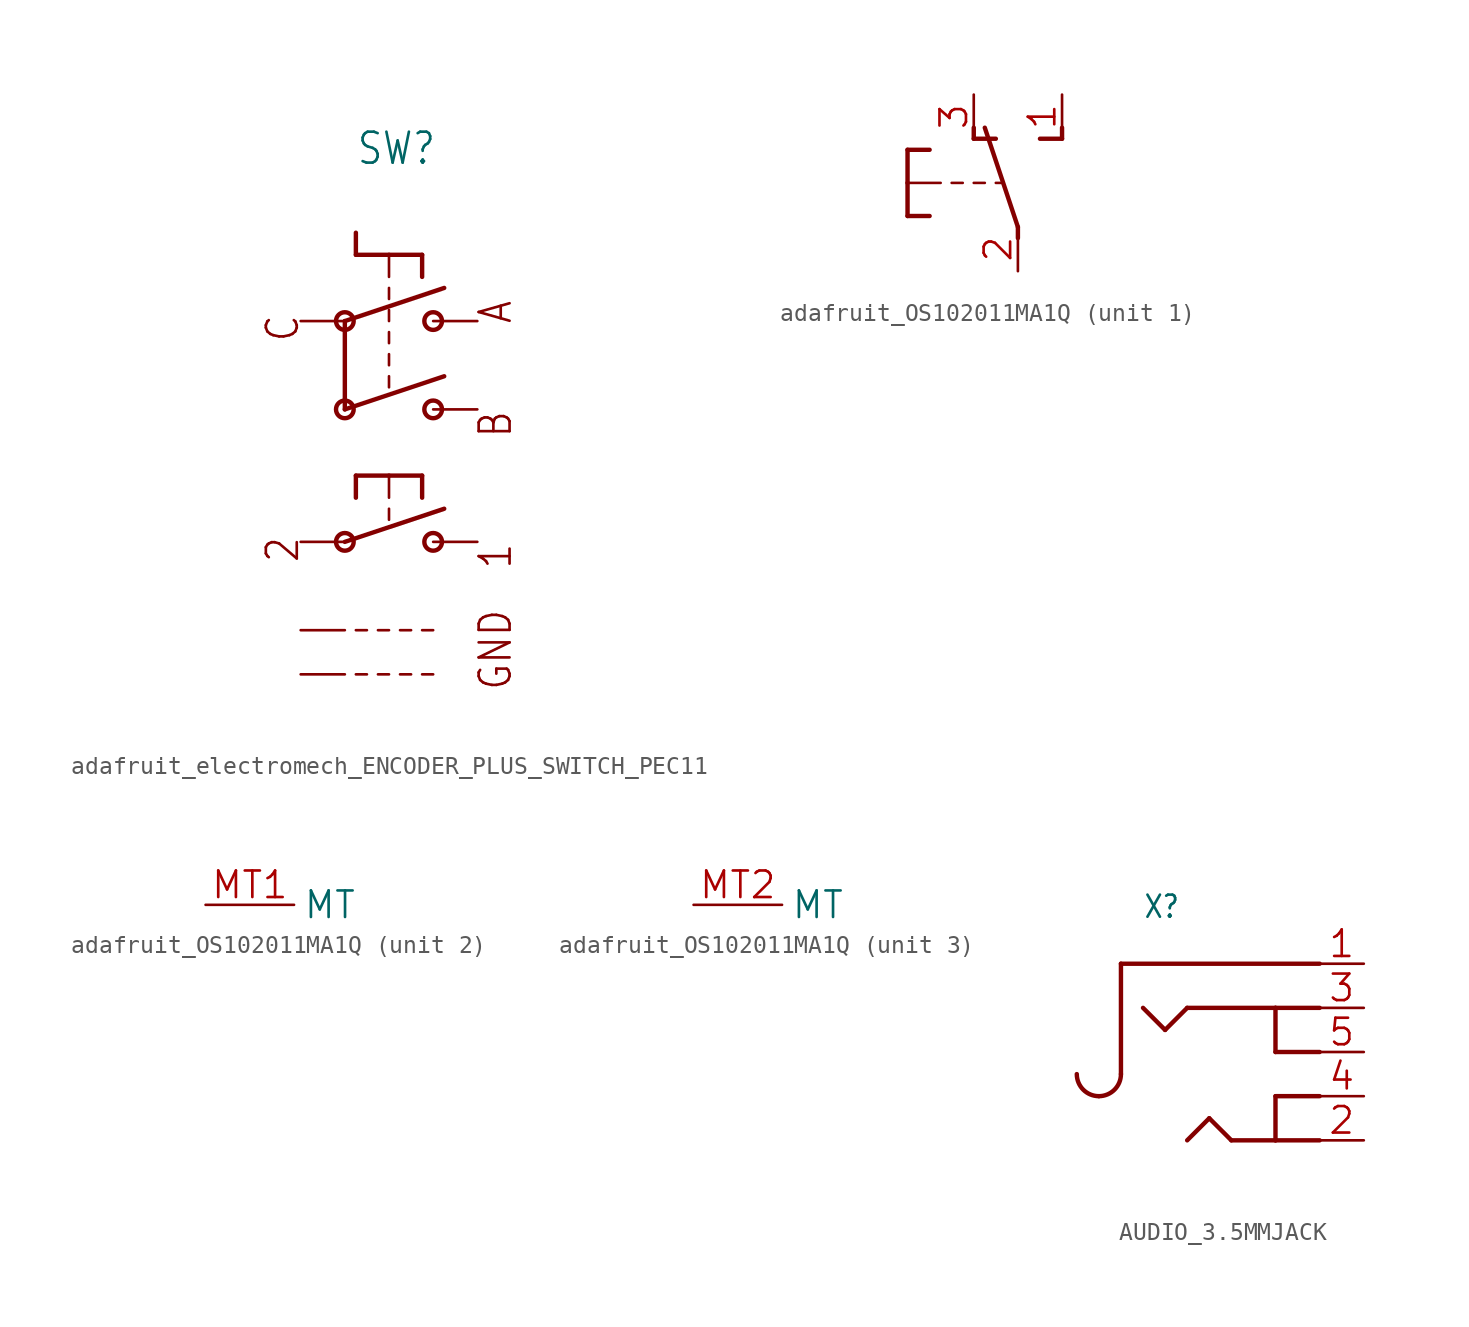
<source format=kicad_sym>
(kicad_symbol_lib
  (version 20241209)
  (generator "kicad_symbol_editor")
  (generator_version "9.0")
  (symbol "adafruit_electromech_ENCODER_PLUS_SWITCH_PEC11"
    (property "Reference" "SW"
      (at -1.905 13.97 0)
      (effects (font (size 1.778 1.511)) (justify left bottom)))
    (property "Value" ""
      (at -1.905 11.43 0)
      (effects (font (size 1.778 1.511)) (justify left bottom)))
    (property "ki_locked" ""
      (at 0 0 0)
      (effects (font (size 1.27 1.27))))
    (symbol "adafruit_electromech_ENCODER_PLUS_SWITCH_PEC11_1_0"
      (circle (center -2.54 5.08) (radius 0.508) (stroke (width 0.254) (type solid)) (fill (type none)))
      (polyline (pts (xy -2.54 5.08) (xy 3.175 6.985)) (stroke (width 0.254) (type solid)) (fill (type none)))
      (circle (center -2.54 0) (radius 0.508) (stroke (width 0.254) (type solid)) (fill (type none)))
      (polyline (pts (xy -2.54 0) (xy -2.54 5.08)) (stroke (width 0.254) (type solid)) (fill (type none)))
      (polyline (pts (xy -2.54 0) (xy 3.175 1.905)) (stroke (width 0.254) (type solid)) (fill (type none)))
      (circle (center -2.54 -7.62) (radius 0.508) (stroke (width 0.254) (type solid)) (fill (type none)))
      (polyline (pts (xy -2.54 -7.62) (xy 3.175 -5.715)) (stroke (width 0.254) (type solid)) (fill (type none)))
      (polyline (pts (xy -1.905 8.89) (xy -1.905 10.16)) (stroke (width 0.254) (type solid)) (fill (type none)))
      (polyline (pts (xy -1.905 -3.81) (xy -1.905 -5.08)) (stroke (width 0.254) (type solid)) (fill (type none)))
      (polyline (pts (xy -1.905 -12.7) (xy -1.27 -12.7)) (stroke (width 0.152) (type solid)) (fill (type none)))
      (polyline (pts (xy -1.905 -15.24) (xy -1.27 -15.24)) (stroke (width 0.152) (type solid)) (fill (type none)))
      (polyline (pts (xy -0.635 -12.7) (xy 0 -12.7)) (stroke (width 0.152) (type solid)) (fill (type none)))
      (polyline (pts (xy -0.635 -15.24) (xy 0 -15.24)) (stroke (width 0.152) (type solid)) (fill (type none)))
      (polyline (pts (xy 0 8.89) (xy -1.905 8.89)) (stroke (width 0.254) (type solid)) (fill (type none)))
      (polyline (pts (xy 0 8.89) (xy 0 7.62)) (stroke (width 0.152) (type solid)) (fill (type none)))
      (polyline (pts (xy 0 6.35) (xy 0 6.985)) (stroke (width 0.152) (type solid)) (fill (type none)))
      (polyline (pts (xy 0 5.08) (xy 0 5.715)) (stroke (width 0.152) (type solid)) (fill (type none)))
      (polyline (pts (xy 0 3.81) (xy 0 4.445)) (stroke (width 0.152) (type solid)) (fill (type none)))
      (polyline (pts (xy 0 3.175) (xy 0 2.54)) (stroke (width 0.152) (type solid)) (fill (type none)))
      (polyline (pts (xy 0 1.27) (xy 0 1.905)) (stroke (width 0.152) (type solid)) (fill (type none)))
      (polyline (pts (xy 0 -3.81) (xy -1.905 -3.81)) (stroke (width 0.254) (type solid)) (fill (type none)))
      (polyline (pts (xy 0 -3.81) (xy 0 -5.08)) (stroke (width 0.152) (type solid)) (fill (type none)))
      (polyline (pts (xy 0 -5.715) (xy 0 -6.35)) (stroke (width 0.152) (type solid)) (fill (type none)))
      (polyline (pts (xy 0.635 -12.7) (xy 1.27 -12.7)) (stroke (width 0.152) (type solid)) (fill (type none)))
      (polyline (pts (xy 0.635 -15.24) (xy 1.27 -15.24)) (stroke (width 0.152) (type solid)) (fill (type none)))
      (polyline (pts (xy 1.905 8.89) (xy 0 8.89)) (stroke (width 0.254) (type solid)) (fill (type none)))
      (polyline (pts (xy 1.905 8.89) (xy 1.905 7.62)) (stroke (width 0.254) (type solid)) (fill (type none)))
      (polyline (pts (xy 1.905 -3.81) (xy 0 -3.81)) (stroke (width 0.254) (type solid)) (fill (type none)))
      (polyline (pts (xy 1.905 -3.81) (xy 1.905 -5.08)) (stroke (width 0.254) (type solid)) (fill (type none)))
      (polyline (pts (xy 1.905 -12.7) (xy 2.54 -12.7)) (stroke (width 0.152) (type solid)) (fill (type none)))
      (polyline (pts (xy 1.905 -15.24) (xy 2.54 -15.24)) (stroke (width 0.152) (type solid)) (fill (type none)))
      (circle (center 2.54 5.08) (radius 0.508) (stroke (width 0.254) (type solid)) (fill (type none)))
      (circle (center 2.54 0) (radius 0.508) (stroke (width 0.254) (type solid)) (fill (type none)))
      (circle (center 2.54 -7.62) (radius 0.508) (stroke (width 0.254) (type solid)) (fill (type none)))
      (text "C" (at -5.08 3.81 900) (effects (font (size 1.778 1.511)) (justify left bottom)))
      (text "2" (at -5.08 -8.89 900) (effects (font (size 1.778 1.511)) (justify left bottom)))
      (text "A" (at 5.08 6.35 900) (effects (font (size 1.778 1.511)) (justify right top)))
      (text "B" (at 5.08 0 900) (effects (font (size 1.778 1.511)) (justify right top)))
      (text "1" (at 5.08 -7.62 900) (effects (font (size 1.778 1.511)) (justify right top)))
      (text "GND" (at 5.08 -11.43 900) (effects (font (size 1.778 1.511)) (justify right top)))
      (pin passive line (at -5.08 5.08 0) (length 2.54) (name "P$C" (effects (font (size 0 0)))) (number "P$C" (effects (font (size 0 0)))))
      (pin passive line (at -5.08 -7.62 0) (length 2.54) (name "P$2" (effects (font (size 0 0)))) (number "P$2" (effects (font (size 0 0)))))
      (pin passive line (at -5.08 -12.7 0) (length 2.54) (name "P$GND1" (effects (font (size 0 0)))) (number "P$GND1" (effects (font (size 0 0)))))
      (pin passive line (at -5.08 -15.24 0) (length 2.54) (name "P$GND2" (effects (font (size 0 0)))) (number "P$GND2" (effects (font (size 0 0)))))
      (pin passive line (at 5.08 5.08 180) (length 2.54) (name "P$A" (effects (font (size 0 0)))) (number "P$A" (effects (font (size 0 0)))))
      (pin passive line (at 5.08 0 180) (length 2.54) (name "P$B" (effects (font (size 0 0)))) (number "P$B" (effects (font (size 0 0)))))
      (pin passive line (at 5.08 -7.62 180) (length 2.54) (name "P$1" (effects (font (size 0 0)))) (number "P$1" (effects (font (size 0 0)))))))
  (symbol "adafruit_OS102011MA1Q"
    (property "Reference" "SW"
      (at -8.255 -1.905 90)
      (effects (font (size 1.778 1.511)) (justify left bottom) (hide yes)))
    (property "ki_locked" ""
      (at 0 0 0)
      (effects (font (size 1.27 1.27))))
    (symbol "adafruit_OS102011MA1Q_1_0"
      (polyline (pts (xy -6.35 1.905) (xy -6.35 0)) (stroke (width 0.254) (type solid)) (fill (type none)))
      (polyline (pts (xy -6.35 1.905) (xy -5.08 1.905)) (stroke (width 0.254) (type solid)) (fill (type none)))
      (polyline (pts (xy -6.35 0) (xy -6.35 -1.905)) (stroke (width 0.254) (type solid)) (fill (type none)))
      (polyline (pts (xy -6.35 0) (xy -4.445 0)) (stroke (width 0.152) (type solid)) (fill (type none)))
      (polyline (pts (xy -6.35 -1.905) (xy -5.08 -1.905)) (stroke (width 0.254) (type solid)) (fill (type none)))
      (polyline (pts (xy -3.175 0) (xy -3.81 0)) (stroke (width 0.152) (type solid)) (fill (type none)))
      (polyline (pts (xy -2.54 2.54) (xy -2.54 3.175)) (stroke (width 0.254) (type solid)) (fill (type none)))
      (polyline (pts (xy -2.54 2.54) (xy -1.27 2.54)) (stroke (width 0.254) (type solid)) (fill (type none)))
      (polyline (pts (xy -1.905 0) (xy -2.54 0)) (stroke (width 0.152) (type solid)) (fill (type none)))
      (polyline (pts (xy -0.889 0) (xy -1.27 0)) (stroke (width 0.152) (type solid)) (fill (type none)))
      (polyline (pts (xy 0 -2.54) (xy -1.905 3.175)) (stroke (width 0.254) (type solid)) (fill (type none)))
      (polyline (pts (xy 0 -3.175) (xy 0 -2.54)) (stroke (width 0.254) (type solid)) (fill (type none)))
      (polyline (pts (xy 1.27 2.54) (xy 2.54 2.54)) (stroke (width 0.254) (type solid)) (fill (type none)))
      (polyline (pts (xy 2.54 2.54) (xy 2.54 3.175)) (stroke (width 0.254) (type solid)) (fill (type none)))
      (pin passive line (at -2.54 5.08 270) (length 2.54) (name "O" (effects (font (size 0 0)))) (number "3" (effects (font (size 1.524 1.524)))))
      (pin passive line (at 0 -5.08 90) (length 2.54) (name "P" (effects (font (size 0 0)))) (number "2" (effects (font (size 1.524 1.524)))))
      (pin passive line (at 2.54 5.08 270) (length 2.54) (name "S" (effects (font (size 0 0)))) (number "1" (effects (font (size 1.524 1.524))))))
    (symbol "adafruit_OS102011MA1Q_2_0"
      (pin passive line (at 0 0 0) (length 5.08) (name "MT" (effects (font (size 1.524 1.524)))) (number "MT1" (effects (font (size 1.524 1.524))))))
    (symbol "adafruit_OS102011MA1Q_3_0"
      (pin passive line (at 0 0 0) (length 5.08) (name "MT" (effects (font (size 1.524 1.524)))) (number "MT2" (effects (font (size 1.524 1.524)))))))
  (symbol "AUDIO_3.5MMJACK"
    (property "Reference" "X"
      (at -5.08 7.62 0)
      (effects (font (size 1.27 1.079)) (justify left bottom)))
    (property "Value" ""
      (at -5.08 -7.62 0)
      (effects (font (size 1.27 1.079)) (justify left bottom)))
    (property "ki_locked" ""
      (at 0 0 0)
      (effects (font (size 1.27 1.27))))
    (symbol "AUDIO_3.5MMJACK_1_0"
      (arc (start -6.35 -1.27) (mid -6.722 -2.168) (end -7.62 -2.54) (stroke (width 0.254) (type solid)) (fill (type none)))
      (arc (start -7.62 -2.54) (mid -8.518 -2.168) (end -8.89 -1.27) (stroke (width 0.254) (type solid)) (fill (type none)))
      (polyline (pts (xy -6.35 5.08) (xy -6.35 -1.27)) (stroke (width 0.254) (type solid)) (fill (type none)))
      (polyline (pts (xy -3.81 1.27) (xy -5.08 2.54)) (stroke (width 0.254) (type solid)) (fill (type none)))
      (polyline (pts (xy -2.54 2.54) (xy -3.81 1.27)) (stroke (width 0.254) (type solid)) (fill (type none)))
      (polyline (pts (xy -1.27 -3.81) (xy -2.54 -5.08)) (stroke (width 0.254) (type solid)) (fill (type none)))
      (polyline (pts (xy 0 -5.08) (xy -1.27 -3.81)) (stroke (width 0.254) (type solid)) (fill (type none)))
      (polyline (pts (xy 2.54 2.54) (xy -2.54 2.54)) (stroke (width 0.254) (type solid)) (fill (type none)))
      (polyline (pts (xy 2.54 0) (xy 2.54 2.54)) (stroke (width 0.254) (type solid)) (fill (type none)))
      (polyline (pts (xy 2.54 -2.54) (xy 2.54 -5.08)) (stroke (width 0.254) (type solid)) (fill (type none)))
      (polyline (pts (xy 2.54 -5.08) (xy 0 -5.08)) (stroke (width 0.254) (type solid)) (fill (type none)))
      (polyline (pts (xy 5.08 5.08) (xy -6.35 5.08)) (stroke (width 0.254) (type solid)) (fill (type none)))
      (polyline (pts (xy 5.08 2.54) (xy 2.54 2.54)) (stroke (width 0.254) (type solid)) (fill (type none)))
      (polyline (pts (xy 5.08 0) (xy 2.54 0)) (stroke (width 0.254) (type solid)) (fill (type none)))
      (polyline (pts (xy 5.08 -2.54) (xy 2.54 -2.54)) (stroke (width 0.254) (type solid)) (fill (type none)))
      (polyline (pts (xy 5.08 -5.08) (xy 2.54 -5.08)) (stroke (width 0.254) (type solid)) (fill (type none)))
      (pin bidirectional line (at 7.62 5.08 180) (length 2.54) (name "P$1" (effects (font (size 0 0)))) (number "1" (effects (font (size 1.524 1.524)))))
      (pin bidirectional line (at 7.62 2.54 180) (length 2.54) (name "P$2" (effects (font (size 0 0)))) (number "3" (effects (font (size 1.524 1.524)))))
      (pin bidirectional line (at 7.62 0 180) (length 2.54) (name "P$3" (effects (font (size 0 0)))) (number "5" (effects (font (size 1.524 1.524)))))
      (pin bidirectional line (at 7.62 -2.54 180) (length 2.54) (name "P$4" (effects (font (size 0 0)))) (number "4" (effects (font (size 1.524 1.524)))))
      (pin bidirectional line (at 7.62 -5.08 180) (length 2.54) (name "P$5" (effects (font (size 0 0)))) (number "2" (effects (font (size 1.524 1.524))))))))
</source>
